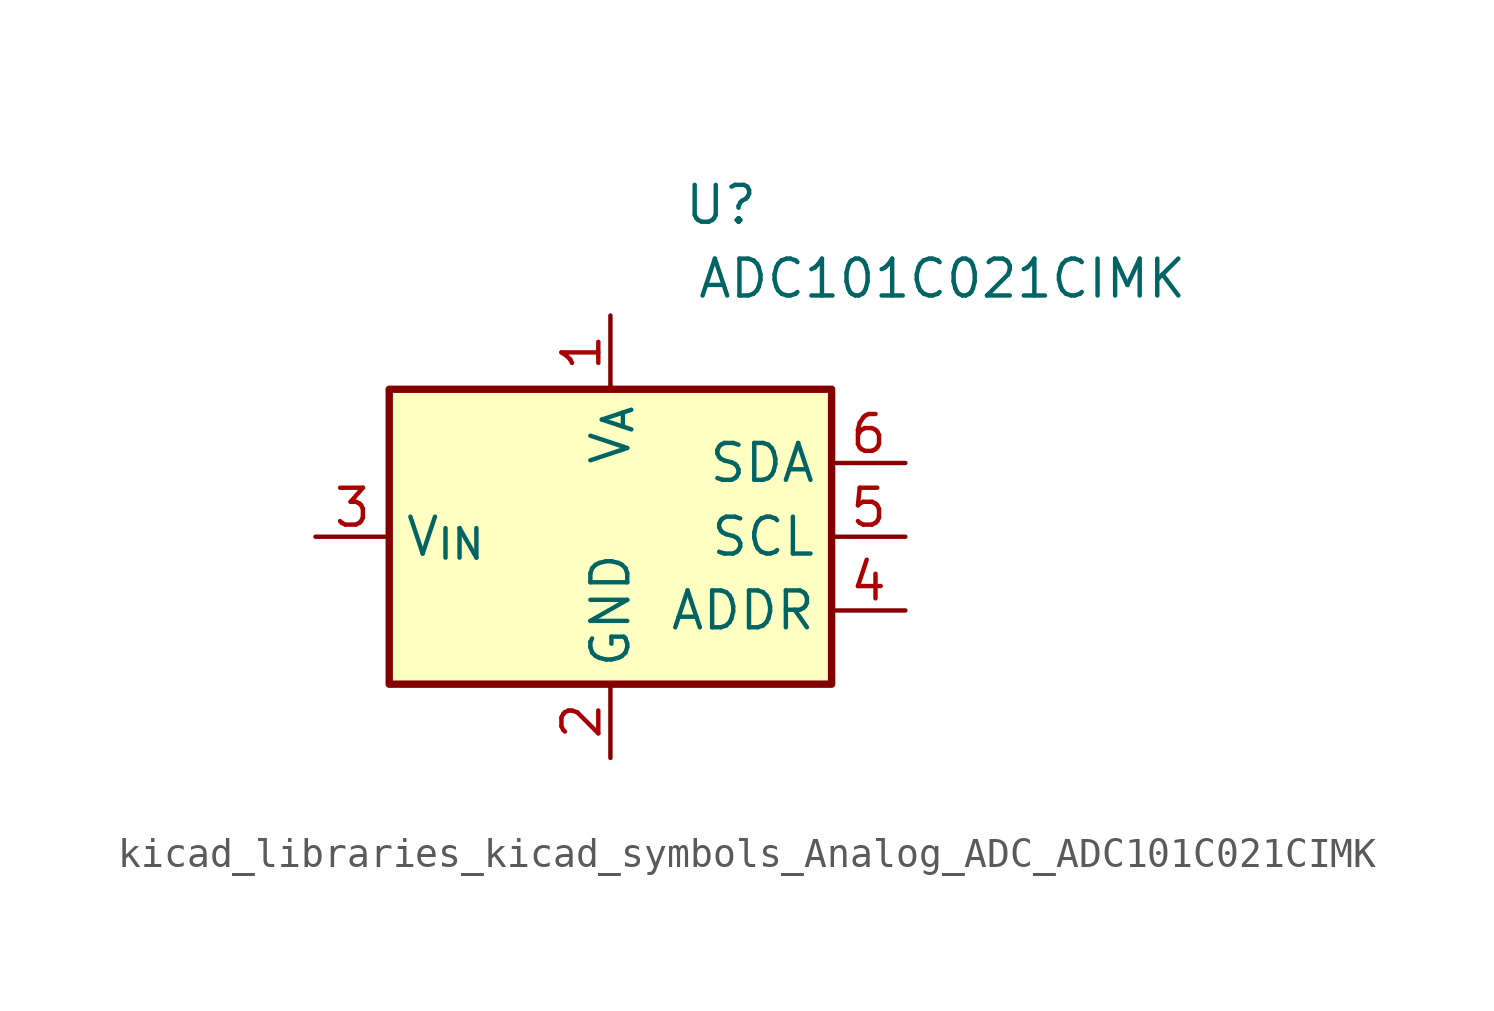
<source format=kicad_sym>
(kicad_symbol_lib
  (version 20220914)
  (generator kicad_symbol_editor)
  (symbol "kicad_libraries_kicad_symbols_Analog_ADC_ADC101C021CIMK"
    (property "Reference" "U"
      (at 3.81 11.43 0)
      (effects (font (size 1.27 1.27))))
    (property "Value" "ADC101C021CIMK"
      (at 11.43 8.89 0)
      (effects (font (size 1.27 1.27))))
    (symbol "kicad_libraries_kicad_symbols_Analog_ADC_ADC101C021CIMK_0_1"
      (rectangle (start -7.62 5.08) (end 7.62 -5.08) (stroke (width 0.254) (type default)) (fill (type background))))
    (symbol "kicad_libraries_kicad_symbols_Analog_ADC_ADC101C021CIMK_1_1"
      (pin power_in line (at 0 7.62 270) (length 2.54) (name "V_{A}" (effects (font (size 1.27 1.27)))) (number "1" (effects (font (size 1.27 1.27)))))
      (pin power_in line (at 0 -7.62 90) (length 2.54) (name "GND" (effects (font (size 1.27 1.27)))) (number "2" (effects (font (size 1.27 1.27)))))
      (pin input line (at -10.16 0 0) (length 2.54) (name "V_{IN}" (effects (font (size 1.27 1.27)))) (number "3" (effects (font (size 1.27 1.27)))))
      (pin input line (at 10.16 -2.54 180) (length 2.54) (name "ADDR" (effects (font (size 1.27 1.27)))) (number "4" (effects (font (size 1.27 1.27)))))
      (pin input line (at 10.16 0 180) (length 2.54) (name "SCL" (effects (font (size 1.27 1.27)))) (number "5" (effects (font (size 1.27 1.27)))))
      (pin bidirectional line (at 10.16 2.54 180) (length 2.54) (name "SDA" (effects (font (size 1.27 1.27)))) (number "6" (effects (font (size 1.27 1.27))))))))
</source>
